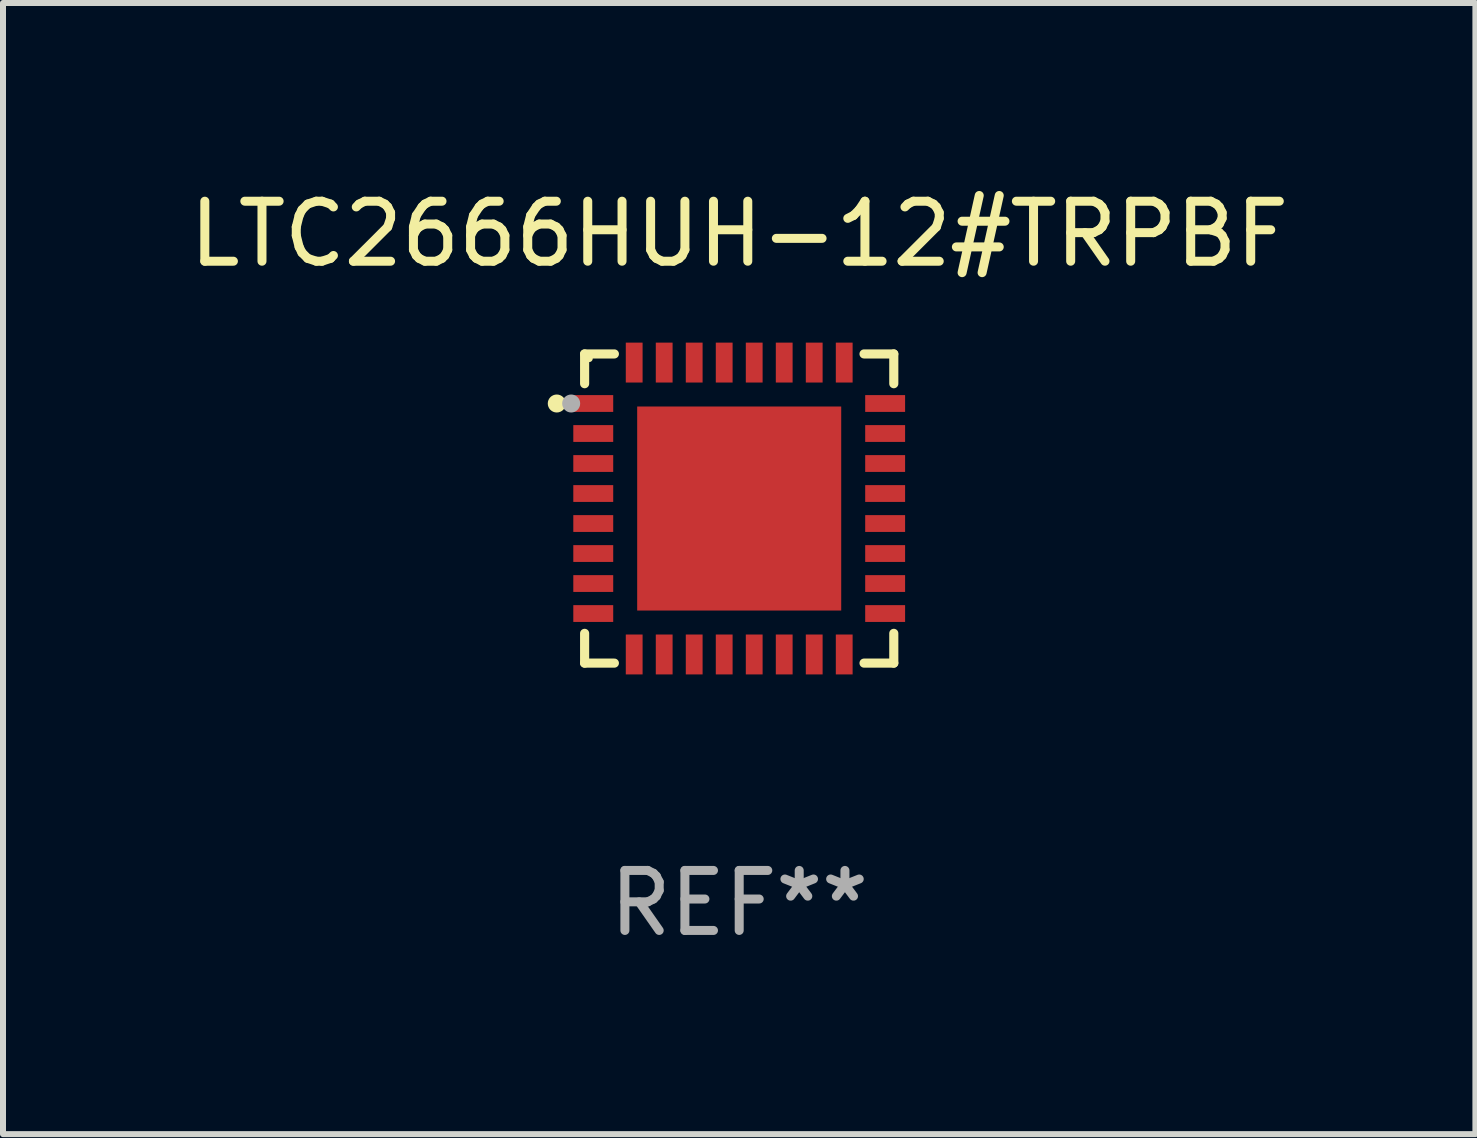
<source format=kicad_pcb>
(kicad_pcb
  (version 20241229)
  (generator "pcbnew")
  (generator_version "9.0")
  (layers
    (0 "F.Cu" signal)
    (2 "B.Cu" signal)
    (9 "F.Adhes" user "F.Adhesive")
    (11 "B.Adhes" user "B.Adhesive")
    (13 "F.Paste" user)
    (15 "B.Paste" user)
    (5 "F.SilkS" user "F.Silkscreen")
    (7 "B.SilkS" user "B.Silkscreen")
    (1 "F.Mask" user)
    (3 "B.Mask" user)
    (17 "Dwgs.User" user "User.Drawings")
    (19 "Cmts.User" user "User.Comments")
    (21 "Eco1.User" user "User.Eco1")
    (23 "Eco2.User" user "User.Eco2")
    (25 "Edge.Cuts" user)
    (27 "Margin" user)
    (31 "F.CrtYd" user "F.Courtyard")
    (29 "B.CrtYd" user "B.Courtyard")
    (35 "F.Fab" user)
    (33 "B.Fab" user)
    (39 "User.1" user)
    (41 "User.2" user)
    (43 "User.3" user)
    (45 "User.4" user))
  (footprint "LTC2666HUH-12#TRPBF"
    (layer "F.Cu")
    (at 9.268 5.424)
    (property "Reference" "LTC2666HUH-12#TRPBF" (at 0 -4.576 0) (layer "F.SilkS") (effects (font (size 1 1) (thickness 0.15))))
    (attr through_hole)
    (fp_line (start -2.576 -2.576) (end -2.576 -2.08) (stroke (width 0.152) (type solid)) (layer "F.SilkS"))
    (fp_line (start -2.576 2.576) (end -2.576 2.08) (stroke (width 0.152) (type solid)) (layer "F.SilkS"))
    (fp_line (start -2.08 -2.576) (end -2.576 -2.576) (stroke (width 0.152) (type solid)) (layer "F.SilkS"))
    (fp_line (start -2.08 2.576) (end -2.576 2.576) (stroke (width 0.152) (type solid)) (layer "F.SilkS"))
    (fp_line (start 2.08 -2.576) (end 2.576 -2.576) (stroke (width 0.152) (type solid)) (layer "F.SilkS"))
    (fp_line (start 2.08 2.576) (end 2.576 2.576) (stroke (width 0.152) (type solid)) (layer "F.SilkS"))
    (fp_line (start 2.576 -2.576) (end 2.576 -2.08) (stroke (width 0.152) (type solid)) (layer "F.SilkS"))
    (fp_line (start 2.576 2.576) (end 2.576 2.08) (stroke (width 0.152) (type solid)) (layer "F.SilkS"))
    (fp_circle (center -3.04 -1.75) (end -2.965 -1.75) (stroke (width 0.15) (type solid)) (fill no) (layer "F.SilkS"))
    (fp_circle (center -2.5 -2.5) (end -2.47 -2.5) (stroke (width 0.06) (type solid)) (fill no) (layer "F.SilkS"))
    (fp_circle (center -2.8 -1.75) (end -2.725 -1.75) (stroke (width 0.15) (type solid)) (fill no) (layer "F.Fab"))
    (fp_text user "REF**" (at 0 6.576 0) (layer "F.Fab") (effects (font (size 1 1) (thickness 0.15))))
    (pad "1" smd rect (at -2.432 -1.75) (size 0.665 0.28) (layers "F.Cu" "F.Mask" "F.Paste"))
    (pad "2" smd rect (at -2.432 -1.25) (size 0.665 0.28) (layers "F.Cu" "F.Mask" "F.Paste"))
    (pad "3" smd rect (at -2.432 -0.75) (size 0.665 0.28) (layers "F.Cu" "F.Mask" "F.Paste"))
    (pad "4" smd rect (at -2.432 -0.25) (size 0.665 0.28) (layers "F.Cu" "F.Mask" "F.Paste"))
    (pad "5" smd rect (at -2.432 0.25) (size 0.665 0.28) (layers "F.Cu" "F.Mask" "F.Paste"))
    (pad "6" smd rect (at -2.432 0.75) (size 0.665 0.28) (layers "F.Cu" "F.Mask" "F.Paste"))
    (pad "7" smd rect (at -2.432 1.25) (size 0.665 0.28) (layers "F.Cu" "F.Mask" "F.Paste"))
    (pad "8" smd rect (at -2.432 1.75) (size 0.665 0.28) (layers "F.Cu" "F.Mask" "F.Paste"))
    (pad "9" smd rect (at -1.75 2.432) (size 0.28 0.665) (layers "F.Cu" "F.Mask" "F.Paste"))
    (pad "10" smd rect (at -1.25 2.432) (size 0.28 0.665) (layers "F.Cu" "F.Mask" "F.Paste"))
    (pad "11" smd rect (at -0.75 2.432) (size 0.28 0.665) (layers "F.Cu" "F.Mask" "F.Paste"))
    (pad "12" smd rect (at -0.25 2.432) (size 0.28 0.665) (layers "F.Cu" "F.Mask" "F.Paste"))
    (pad "13" smd rect (at 0.25 2.432) (size 0.28 0.665) (layers "F.Cu" "F.Mask" "F.Paste"))
    (pad "14" smd rect (at 0.75 2.432) (size 0.28 0.665) (layers "F.Cu" "F.Mask" "F.Paste"))
    (pad "15" smd rect (at 1.25 2.432) (size 0.28 0.665) (layers "F.Cu" "F.Mask" "F.Paste"))
    (pad "16" smd rect (at 1.75 2.432) (size 0.28 0.665) (layers "F.Cu" "F.Mask" "F.Paste"))
    (pad "17" smd rect (at 2.432 1.75) (size 0.665 0.28) (layers "F.Cu" "F.Mask" "F.Paste"))
    (pad "18" smd rect (at 2.432 1.25) (size 0.665 0.28) (layers "F.Cu" "F.Mask" "F.Paste"))
    (pad "19" smd rect (at 2.432 0.75) (size 0.665 0.28) (layers "F.Cu" "F.Mask" "F.Paste"))
    (pad "20" smd rect (at 2.432 0.25) (size 0.665 0.28) (layers "F.Cu" "F.Mask" "F.Paste"))
    (pad "21" smd rect (at 2.432 -0.25) (size 0.665 0.28) (layers "F.Cu" "F.Mask" "F.Paste"))
    (pad "22" smd rect (at 2.432 -0.75) (size 0.665 0.28) (layers "F.Cu" "F.Mask" "F.Paste"))
    (pad "23" smd rect (at 2.432 -1.25) (size 0.665 0.28) (layers "F.Cu" "F.Mask" "F.Paste"))
    (pad "24" smd rect (at 2.432 -1.75) (size 0.665 0.28) (layers "F.Cu" "F.Mask" "F.Paste"))
    (pad "25" smd rect (at 1.75 -2.432) (size 0.28 0.665) (layers "F.Cu" "F.Mask" "F.Paste"))
    (pad "26" smd rect (at 1.25 -2.432) (size 0.28 0.665) (layers "F.Cu" "F.Mask" "F.Paste"))
    (pad "27" smd rect (at 0.75 -2.432) (size 0.28 0.665) (layers "F.Cu" "F.Mask" "F.Paste"))
    (pad "28" smd rect (at 0.25 -2.432) (size 0.28 0.665) (layers "F.Cu" "F.Mask" "F.Paste"))
    (pad "29" smd rect (at -0.25 -2.432) (size 0.28 0.665) (layers "F.Cu" "F.Mask" "F.Paste"))
    (pad "30" smd rect (at -0.75 -2.432) (size 0.28 0.665) (layers "F.Cu" "F.Mask" "F.Paste"))
    (pad "31" smd rect (at -1.25 -2.432) (size 0.28 0.665) (layers "F.Cu" "F.Mask" "F.Paste"))
    (pad "32" smd rect (at -1.75 -2.432) (size 0.28 0.665) (layers "F.Cu" "F.Mask" "F.Paste"))
    (pad "33" smd rect (at 0 0) (size 3.4 3.4) (layers "F.Cu" "F.Mask" "F.Paste")))
  (gr_rect
    (start -3 -3)
    (end 21.536 15.849)
    (stroke (width 0.1) (type default))
    (fill no)
    (layer "Edge.Cuts")))
</source>
